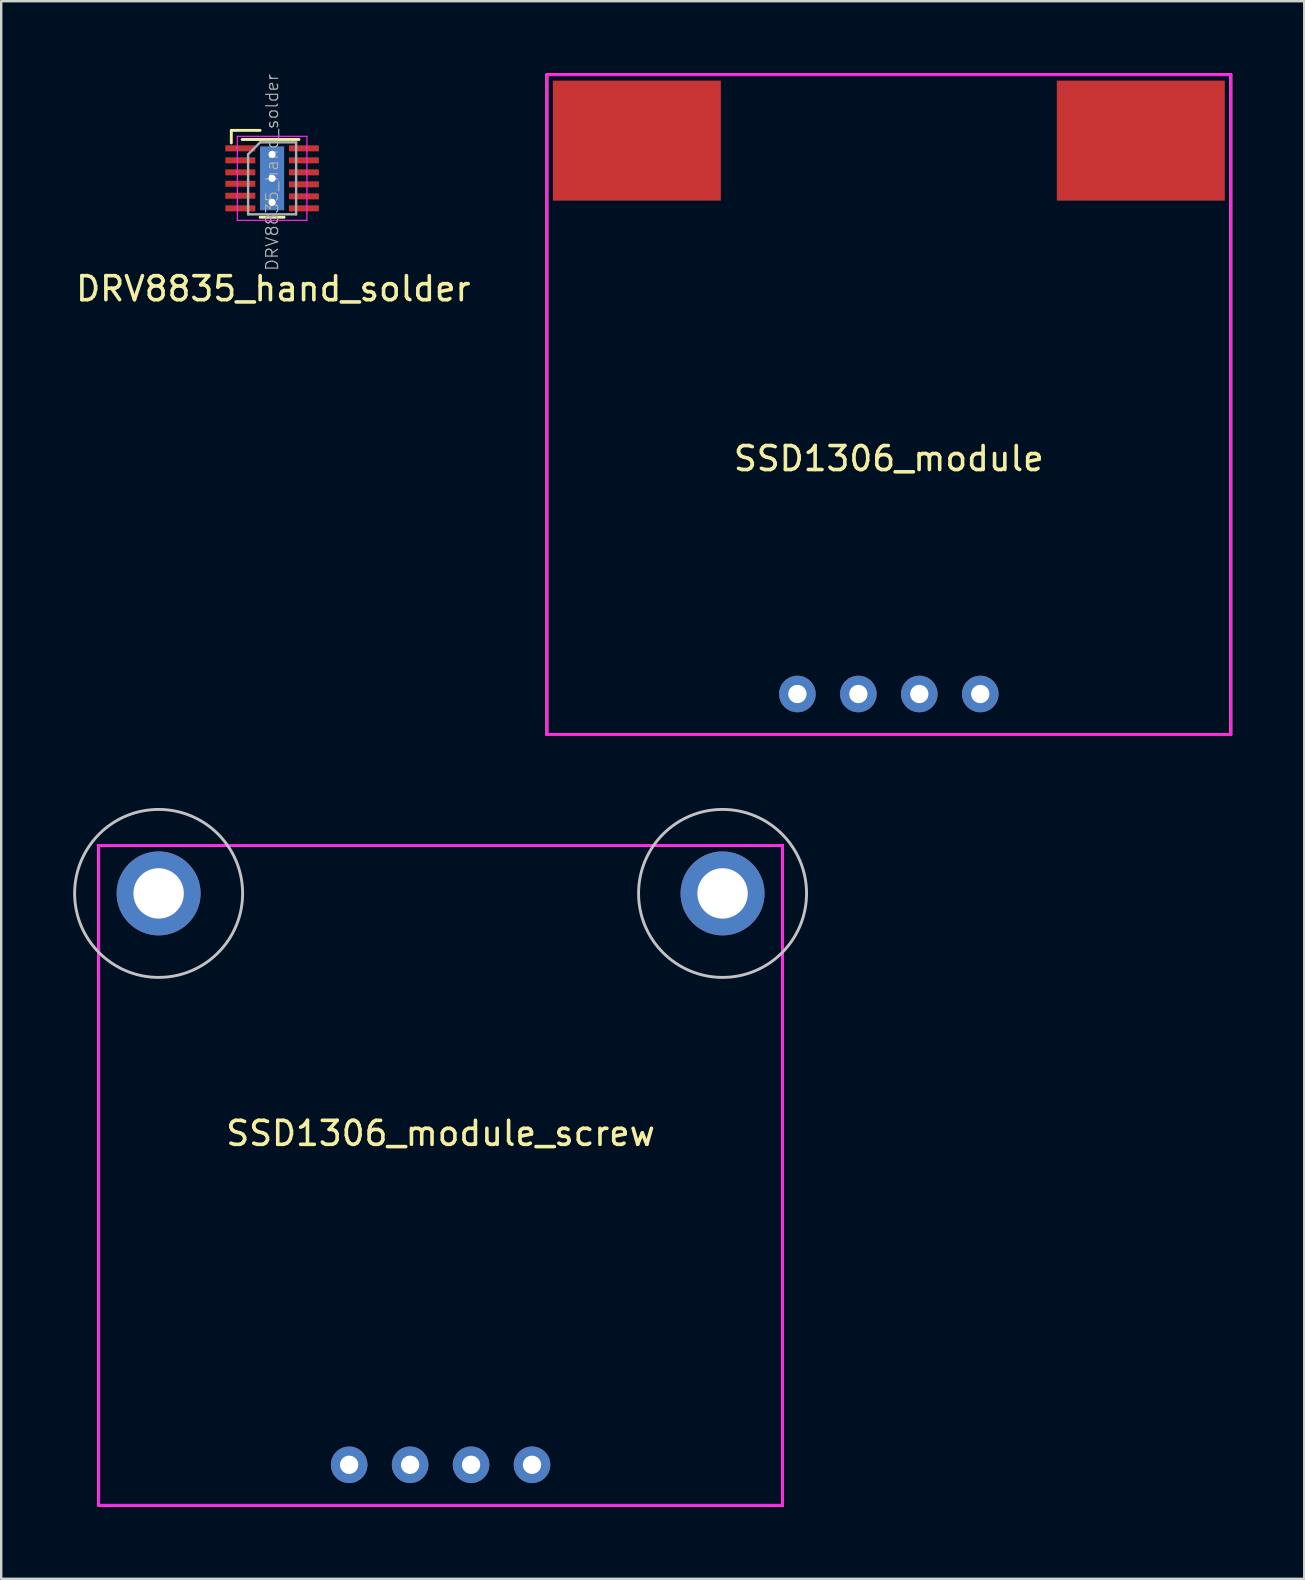
<source format=kicad_pcb>
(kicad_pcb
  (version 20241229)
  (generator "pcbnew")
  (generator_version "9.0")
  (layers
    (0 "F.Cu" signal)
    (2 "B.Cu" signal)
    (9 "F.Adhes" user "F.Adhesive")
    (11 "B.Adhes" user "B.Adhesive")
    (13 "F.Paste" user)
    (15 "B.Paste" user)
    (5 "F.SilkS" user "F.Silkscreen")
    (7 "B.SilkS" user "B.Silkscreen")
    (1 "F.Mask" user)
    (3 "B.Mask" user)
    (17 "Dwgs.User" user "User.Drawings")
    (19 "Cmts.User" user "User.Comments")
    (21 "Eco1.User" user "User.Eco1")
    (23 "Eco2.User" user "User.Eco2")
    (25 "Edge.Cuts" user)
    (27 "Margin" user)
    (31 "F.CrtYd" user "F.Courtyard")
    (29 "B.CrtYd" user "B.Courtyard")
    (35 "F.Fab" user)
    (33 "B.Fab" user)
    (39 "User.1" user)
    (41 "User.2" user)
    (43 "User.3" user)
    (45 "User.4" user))
  (footprint "DRV8835_hand_solder"
    (layer "F.Cu")
    (at 8.339 4.482)
    (property "Reference" "DRV8835_hand_solder" (at 0 4.5 0) (layer "F.SilkS") (effects (font (size 1 1) (thickness 0.15))))
    (attr through_hole)
    (fp_line (start -1.75 -2.1) (end -0.55 -2.1) (stroke (width 0.12) (type solid)) (layer "F.SilkS"))
    (fp_line (start -1.75 -1.575) (end -1.75 -2.1) (stroke (width 0.12) (type solid)) (layer "F.SilkS"))
    (fp_line (start -1.3 -1.72) (end 1.07 -1.72) (stroke (width 0.12) (type solid)) (layer "F.SilkS"))
    (fp_line (start 0.45 1.52) (end -0.55 1.52) (stroke (width 0.12) (type solid)) (layer "F.SilkS"))
    (fp_line (start -1.5 -1.85) (end 1.4 -1.85) (stroke (width 0.05) (type solid)) (layer "F.CrtYd"))
    (fp_line (start -1.5 1.65) (end -1.5 -1.85) (stroke (width 0.05) (type solid)) (layer "F.CrtYd"))
    (fp_line (start 1.4 -1.85) (end 1.4 1.65) (stroke (width 0.05) (type solid)) (layer "F.CrtYd"))
    (fp_line (start 1.4 1.65) (end -1.5 1.65) (stroke (width 0.05) (type solid)) (layer "F.CrtYd"))
    (fp_line (start -1.05 -1.1) (end -0.55 -1.6) (stroke (width 0.1) (type solid)) (layer "F.Fab"))
    (fp_line (start -1.05 1.4) (end -1.05 -1.1) (stroke (width 0.1) (type solid)) (layer "F.Fab"))
    (fp_line (start -0.55 -1.6) (end 0.95 -1.6) (stroke (width 0.1) (type solid)) (layer "F.Fab"))
    (fp_line (start 0.95 -1.6) (end 0.95 1.4) (stroke (width 0.1) (type solid)) (layer "F.Fab"))
    (fp_line (start 0.95 1.4) (end -1.05 1.4) (stroke (width 0.1) (type solid)) (layer "F.Fab"))
    (fp_text user "${REFERENCE}" (at -0.05 -0.35 90) (layer "F.Fab") (effects (font (size 0.5 0.5) (thickness 0.05))))
    (pad "" smd rect (at -0.05 -0.6) (size 0.95 0.8) (layers "F.Paste"))
    (pad "" smd rect (at -0.05 0.4) (size 0.95 0.8) (layers "F.Paste"))
    (pad "1" smd rect (at -1.375 -1.35) (size 1.25 0.25) (layers "F.Cu" "F.Mask" "F.Paste"))
    (pad "2" smd rect (at -1.375 -0.85) (size 1.25 0.25) (layers "F.Cu" "F.Mask" "F.Paste"))
    (pad "3" smd rect (at -1.375 -0.35) (size 1.25 0.25) (layers "F.Cu" "F.Mask" "F.Paste"))
    (pad "4" smd rect (at -1.375 0.125) (size 1.25 0.25) (layers "F.Cu" "F.Mask" "F.Paste"))
    (pad "5" smd rect (at -1.375 0.625) (size 1.25 0.25) (layers "F.Cu" "F.Mask" "F.Paste"))
    (pad "6" smd rect (at -1.375 1.15) (size 1.25 0.25) (layers "F.Cu" "F.Mask" "F.Paste"))
    (pad "7" smd rect (at 1.275 1.15) (size 1.25 0.25) (layers "F.Cu" "F.Mask" "F.Paste"))
    (pad "8" smd rect (at 1.275 0.65) (size 1.25 0.25) (layers "F.Cu" "F.Mask" "F.Paste"))
    (pad "9" smd rect (at 1.275 0.15) (size 1.25 0.25) (layers "F.Cu" "F.Mask" "F.Paste"))
    (pad "10" smd rect (at 1.275 -0.35) (size 1.25 0.25) (layers "F.Cu" "F.Mask" "F.Paste"))
    (pad "11" smd rect (at 1.275 -0.85) (size 1.25 0.25) (layers "F.Cu" "F.Mask" "F.Paste"))
    (pad "12" smd rect (at 1.275 -1.35) (size 1.25 0.25) (layers "F.Cu" "F.Mask" "F.Paste"))
    (pad "13" thru_hole circle (at -0.05 -1.1 90) (size 0.6 0.6) (drill 0.3) (layers "*.Cu"))
    (pad "13" thru_hole circle (at -0.05 -0.1 90) (size 0.6 0.6) (drill 0.3) (layers "*.Cu"))
    (pad "13" smd rect (at -0.05 -0.1) (size 1 2.65) (layers "F.Cu" "F.Mask"))
    (pad "13" smd rect (at -0.05 -0.1) (size 1 2.65) (layers "B.Cu"))
    (pad "13" thru_hole circle (at -0.05 0.9 180) (size 0.6 0.6) (drill 0.3) (layers "*.Cu")))
  (footprint "SSD1306_module"
    (layer "F.Cu")
    (at 33.989 26.06)
    (property "Reference" "SSD1306_module" (at 0 -10 0) (layer "F.SilkS") (effects (font (size 1 1) (thickness 0.15))))
    (attr through_hole)
    (fp_line (start -14.25 -26) (end -14.25 1.5) (stroke (width 0.12) (type solid)) (layer "F.SilkS"))
    (fp_line (start -14.25 1.5) (end 14.25 1.5) (stroke (width 0.12) (type solid)) (layer "F.SilkS"))
    (fp_line (start 14.25 -26) (end -14.25 -26) (stroke (width 0.12) (type solid)) (layer "F.SilkS"))
    (fp_line (start 14.25 1.5) (end 14.25 -26) (stroke (width 0.12) (type solid)) (layer "F.SilkS"))
    (fp_line (start -14.25 -26) (end 14.25 -26) (stroke (width 0.12) (type solid)) (layer "F.CrtYd"))
    (fp_line (start -14.25 1.5) (end -14.25 -26) (stroke (width 0.12) (type solid)) (layer "F.CrtYd"))
    (fp_line (start 14.25 -26) (end 14.25 1.5) (stroke (width 0.12) (type solid)) (layer "F.CrtYd"))
    (fp_line (start 14.25 1.5) (end -14.25 1.5) (stroke (width 0.12) (type solid)) (layer "F.CrtYd"))
    (pad "" smd rect (at -10.5 -23.25) (size 7 5) (layers "F.Cu" "F.Mask"))
    (pad "" smd rect (at 10.5 -23.25) (size 7 5) (layers "F.Cu" "F.Mask"))
    (pad "1" thru_hole circle (at 3.81 -0.19) (size 1.524 1.524) (drill 0.762) (layers "*.Cu" "*.Mask"))
    (pad "2" thru_hole circle (at 1.27 -0.19) (size 1.524 1.524) (drill 0.762) (layers "*.Cu" "*.Mask"))
    (pad "3" thru_hole circle (at -1.27 -0.19) (size 1.524 1.524) (drill 0.762) (layers "*.Cu" "*.Mask"))
    (pad "4" thru_hole circle (at -3.81 -0.19) (size 1.524 1.524) (drill 0.762) (layers "*.Cu" "*.Mask")))
  (footprint "SSD1306_module_screw"
    (layer "F.Cu")
    (at 15.31 58.18)
    (property "Reference" "SSD1306_module_screw" (at 0 -14 0) (layer "F.SilkS") (effects (font (size 1 1) (thickness 0.15))))
    (attr through_hole)
    (fp_line (start -14.25 -26) (end -14.25 1.5) (stroke (width 0.12) (type solid)) (layer "F.SilkS"))
    (fp_line (start -14.25 1.5) (end 14.25 1.5) (stroke (width 0.12) (type solid)) (layer "F.SilkS"))
    (fp_line (start 14.25 -26) (end -14.25 -26) (stroke (width 0.12) (type solid)) (layer "F.SilkS"))
    (fp_line (start 14.25 1.5) (end 14.25 -26) (stroke (width 0.12) (type solid)) (layer "F.SilkS"))
    (fp_circle (center -11.75 -24) (end -8.25 -24) (stroke (width 0.12) (type solid)) (fill no) (layer "Dwgs.User"))
    (fp_circle (center 11.75 -24) (end 15.25 -24) (stroke (width 0.12) (type solid)) (fill no) (layer "Dwgs.User"))
    (fp_line (start -14.25 -26) (end 14.25 -26) (stroke (width 0.12) (type solid)) (layer "F.CrtYd"))
    (fp_line (start -14.25 1.5) (end -14.25 -26) (stroke (width 0.12) (type solid)) (layer "F.CrtYd"))
    (fp_line (start 14.25 -26) (end 14.25 1.5) (stroke (width 0.12) (type solid)) (layer "F.CrtYd"))
    (fp_line (start 14.25 1.5) (end -14.25 1.5) (stroke (width 0.12) (type solid)) (layer "F.CrtYd"))
    (pad "" np_thru_hole circle (at -11.75 -24) (size 3.5 3.5) (drill 2.1) (layers "*.Cu" "*.Mask"))
    (pad "" np_thru_hole circle (at 11.75 -24) (size 3.5 3.5) (drill 2.1) (layers "*.Cu" "*.Mask"))
    (pad "1" thru_hole circle (at 3.81 -0.19) (size 1.524 1.524) (drill 0.762) (layers "*.Cu" "*.Mask"))
    (pad "2" thru_hole circle (at 1.27 -0.19) (size 1.524 1.524) (drill 0.762) (layers "*.Cu" "*.Mask"))
    (pad "3" thru_hole circle (at -1.27 -0.19) (size 1.524 1.524) (drill 0.762) (layers "*.Cu" "*.Mask"))
    (pad "4" thru_hole circle (at -3.81 -0.19) (size 1.524 1.524) (drill 0.762) (layers "*.Cu" "*.Mask")))
  (gr_rect
    (start -3 -3)
    (end 51.299 62.74)
    (stroke (width 0.1) (type default))
    (fill no)
    (layer "Edge.Cuts")))
</source>
